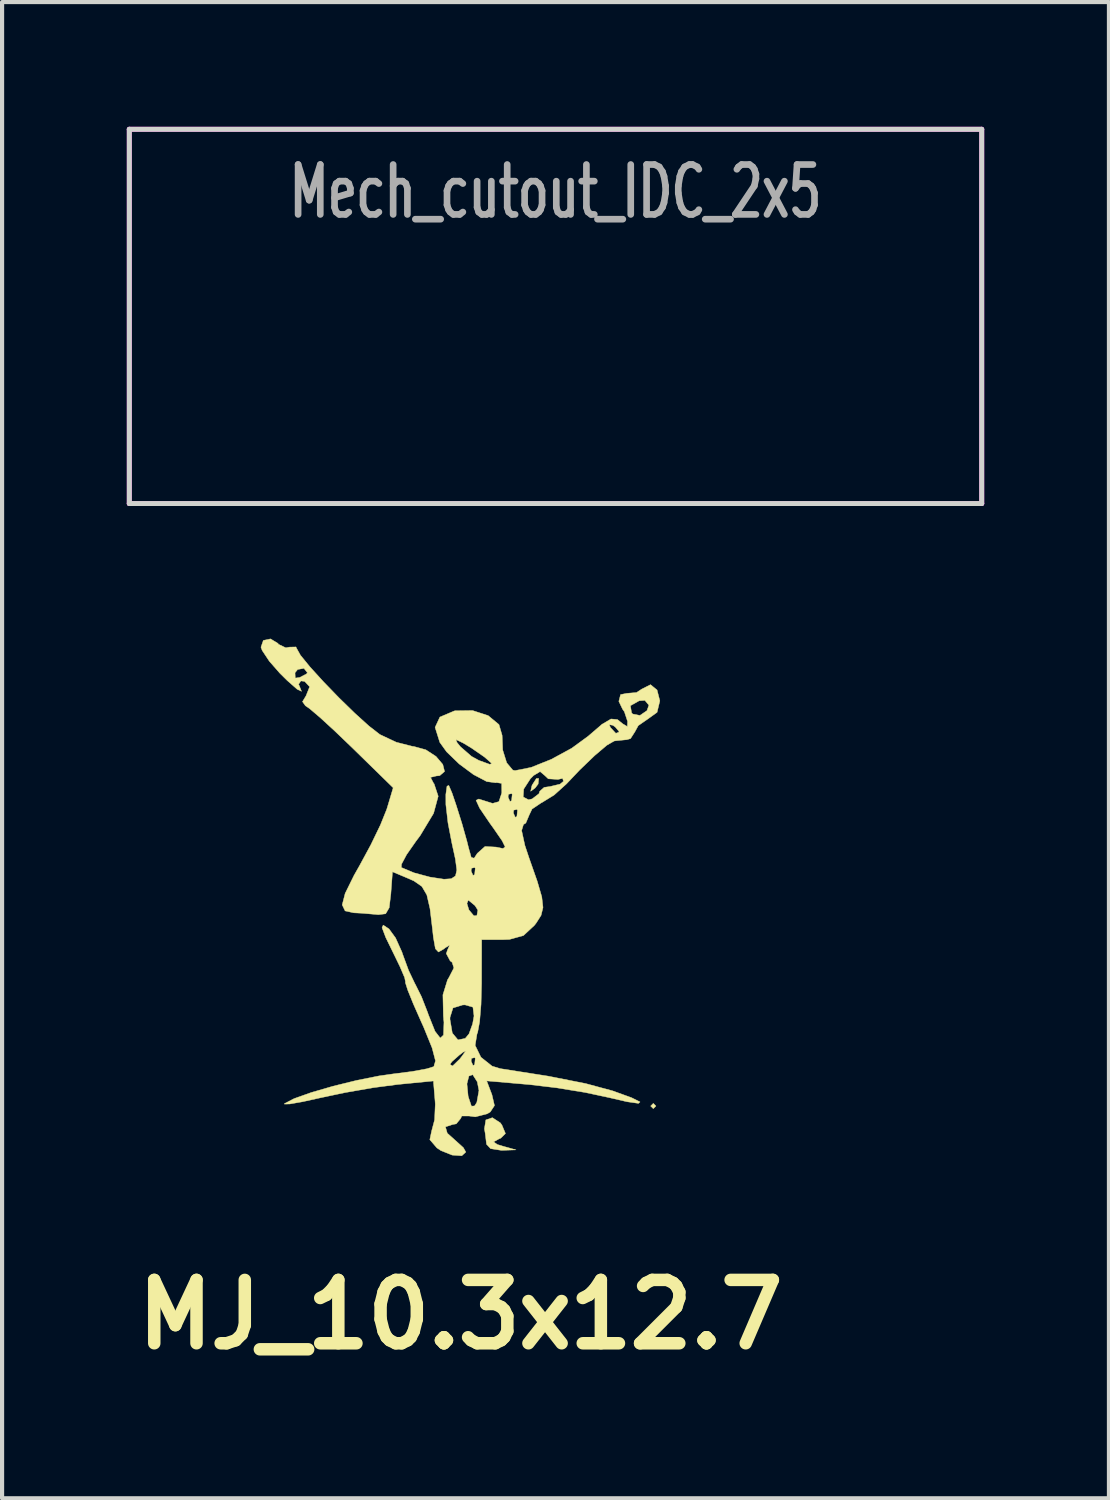
<source format=kicad_pcb>
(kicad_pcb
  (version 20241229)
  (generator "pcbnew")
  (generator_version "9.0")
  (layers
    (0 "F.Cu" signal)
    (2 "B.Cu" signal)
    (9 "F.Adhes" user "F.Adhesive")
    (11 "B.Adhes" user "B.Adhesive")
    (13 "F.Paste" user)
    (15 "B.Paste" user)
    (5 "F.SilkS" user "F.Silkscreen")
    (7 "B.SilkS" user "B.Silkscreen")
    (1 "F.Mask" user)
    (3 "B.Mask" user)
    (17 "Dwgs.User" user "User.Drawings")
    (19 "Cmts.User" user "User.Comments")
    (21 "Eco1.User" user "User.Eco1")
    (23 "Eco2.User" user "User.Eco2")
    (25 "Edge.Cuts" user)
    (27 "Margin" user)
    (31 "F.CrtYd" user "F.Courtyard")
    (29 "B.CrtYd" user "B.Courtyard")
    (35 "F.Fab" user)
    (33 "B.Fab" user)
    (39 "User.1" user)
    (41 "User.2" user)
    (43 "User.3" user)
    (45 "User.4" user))
  (footprint "Mech_cutout_IDC_2x5"
    (layer "F.Cu")
    (at 10.31 9.06)
    (property "Reference" "Mech_cutout_IDC_2x5" (at 0 -7.5 0) (layer "F.Fab") (effects (font (size 1.2 0.8) (thickness 0.16))))
    (attr through_hole)
    (fp_line (start -10.25 -9) (end -10.25 0) (stroke (width 0.12) (type solid)) (layer "Edge.Cuts"))
    (fp_line (start -10.25 -9) (end 10.25 -9) (stroke (width 0.12) (type solid)) (layer "Edge.Cuts"))
    (fp_line (start -10.25 0) (end 10.25 0) (stroke (width 0.12) (type solid)) (layer "Edge.Cuts"))
    (fp_line (start 10.25 -9) (end 10.25 0) (stroke (width 0.12) (type solid)) (layer "Edge.Cuts"))
    (fp_line (start -10.25 -9) (end -10.25 0) (stroke (width 0.12) (type solid)) (layer "F.CrtYd"))
    (fp_line (start -10.25 -9) (end 10.25 -9) (stroke (width 0.12) (type solid)) (layer "F.CrtYd"))
    (fp_line (start -10.25 0) (end 10.25 0) (stroke (width 0.12) (type solid)) (layer "F.CrtYd"))
    (fp_line (start 10.25 -9) (end 10.25 0) (stroke (width 0.12) (type solid)) (layer "F.CrtYd")))
  (footprint "MJ_10.3x12.7"
    (layer "F.Cu")
    (at 8.026 18.406)
    (property "Reference" "MJ_10.3x12.7" (at 0 10.16 0) (layer "F.SilkS") (effects (font (size 1.524 1.524) (thickness 0.3))))
    (attr through_hole)
    (fp_poly (pts (xy 4.699 5.144) (xy 4.636 5.207) (xy 4.572 5.144) (xy 4.636 5.08) (xy 4.699 5.144)) (stroke (width 0.01) (type solid)) (fill yes) (layer "F.SilkS"))
    (fp_poly (pts (xy 1.866 -2.6) (xy 1.794 -2.506) (xy 1.687 -2.426) (xy 1.714 -2.553) (xy 1.723 -2.577) (xy 1.823 -2.733) (xy 1.88 -2.734) (xy 1.866 -2.6)) (stroke (width 0.01) (type solid)) (fill yes) (layer "F.SilkS"))
    (fp_poly (pts (xy 0.958 5.549) (xy 0.996 5.604) (xy 1.08 5.805) (xy 0.968 5.916) (xy 0.924 5.934) (xy 0.795 6.006) (xy 0.885 6.069) (xy 1.016 6.109) (xy 1.333 6.198) (xy 0.984 6.21) (xy 0.723 6.169) (xy 0.625 6.064) (xy 0.593 5.8) (xy 0.574 5.692) (xy 0.609 5.477) (xy 0.766 5.424) (xy 0.958 5.549)) (stroke (width 0.01) (type solid)) (fill yes) (layer "F.SilkS"))
    (fp_poly (pts (xy -4.393 -5.984) (xy -4.376 -5.96) (xy -4.203 -5.877) (xy -4.115 -5.893) (xy -3.959 -5.897) (xy -3.937 -5.854) (xy -3.851 -5.699) (xy -3.623 -5.419) (xy -3.298 -5.062) (xy -2.923 -4.674) (xy -2.542 -4.303) (xy -2.202 -3.995) (xy -1.947 -3.797) (xy -1.933 -3.788) (xy -1.544 -3.605) (xy -1.155 -3.506) (xy -1.122 -3.503) (xy -0.835 -3.424) (xy -0.59 -3.264) (xy -0.427 -3.072) (xy -0.384 -2.902) (xy -0.501 -2.802) (xy -0.587 -2.794) (xy -0.722 -2.76) (xy -0.649 -2.62) (xy -0.636 -2.605) (xy -0.537 -2.307) (xy -0.648 -1.896) (xy -0.97 -1.362) (xy -1.075 -1.221) (xy -1.297 -0.903) (xy -1.42 -0.672) (xy -1.424 -0.593) (xy -1.118 -0.465) (xy -0.739 -0.363) (xy -0.398 -0.311) (xy -0.223 -0.323) (xy -0.122 -0.39) (xy -0.094 -0.508) (xy 0.254 -0.508) (xy 0.3 -0.403) (xy 0.339 -0.423) (xy 0.354 -0.574) (xy 0.339 -0.593) (xy 0.263 -0.575) (xy 0.254 -0.508) (xy -0.094 -0.508) (xy -0.089 -0.528) (xy -0.125 -0.798) (xy -0.209 -1.182) (xy -0.302 -1.666) (xy -0.353 -2.108) (xy -0.354 -2.349) (xy -0.326 -2.548) (xy -0.283 -2.567) (xy -0.204 -2.383) (xy -0.106 -2.095) (xy 0.035 -1.646) (xy 0.152 -1.23) (xy 0.189 -1.081) (xy 0.257 -0.837) (xy 0.326 -0.816) (xy 0.403 -0.933) (xy 0.588 -1.098) (xy 0.854 -1.084) (xy 1.021 -1.05) (xy 1.073 -1.088) (xy 1 -1.236) (xy 0.792 -1.538) (xy 0.702 -1.663) (xy 0.538 -1.905) (xy 1.27 -1.905) (xy 1.316 -1.8) (xy 1.355 -1.82) (xy 1.37 -1.971) (xy 1.355 -1.99) (xy 1.279 -1.972) (xy 1.27 -1.905) (xy 0.538 -1.905) (xy 0.458 -2.023) (xy 0.373 -2.209) (xy 0.439 -2.24) (xy 0.463 -2.232) (xy 0.771 -2.135) (xy 0.923 -2.177) (xy 0.959 -2.286) (xy 1.143 -2.286) (xy 1.189 -2.181) (xy 1.228 -2.201) (xy 1.236 -2.289) (xy 1.507 -2.289) (xy 1.636 -2.222) (xy 1.723 -2.243) (xy 1.886 -2.368) (xy 1.905 -2.427) (xy 2.011 -2.52) (xy 2.152 -2.54) (xy 2.394 -2.598) (xy 2.476 -2.666) (xy 2.455 -2.736) (xy 2.343 -2.711) (xy 2.11 -2.726) (xy 2.025 -2.806) (xy 1.913 -2.9) (xy 1.756 -2.805) (xy 1.679 -2.726) (xy 1.519 -2.479) (xy 1.507 -2.289) (xy 1.236 -2.289) (xy 1.243 -2.352) (xy 1.228 -2.371) (xy 1.152 -2.353) (xy 1.143 -2.286) (xy 0.959 -2.286) (xy 0.99 -2.381) (xy 0.992 -2.399) (xy 0.989 -2.616) (xy 0.865 -2.636) (xy 0.85 -2.63) (xy 0.63 -2.66) (xy 0.311 -2.828) (xy -0.034 -3.084) (xy -0.336 -3.376) (xy -0.499 -3.603) (xy -0.52 -3.67) (xy -0.11 -3.67) (xy -0.086 -3.601) (xy -0.004 -3.499) (xy 0.265 -3.265) (xy 0.44 -3.169) (xy 0.705 -3.073) (xy 0.75 -3.096) (xy 0.584 -3.243) (xy 0.572 -3.252) (xy 0.26 -3.468) (xy 0.064 -3.586) (xy -0.11 -3.67) (xy -0.52 -3.67) (xy -0.612 -3.963) (xy -0.497 -4.211) (xy -0.151 -4.358) (xy -0.129 -4.362) (xy 0.289 -4.368) (xy 0.664 -4.246) (xy 0.924 -4.031) (xy 1 -3.771) (xy 1.014 -3.419) (xy 1.11 -3.111) (xy 1.256 -2.936) (xy 1.31 -2.923) (xy 1.696 -3) (xy 2.182 -3.194) (xy 2.673 -3.461) (xy 3.074 -3.754) (xy 3.074 -3.755) (xy 3.392 -4.028) (xy 3.576 -4.028) (xy 3.607 -3.957) (xy 3.735 -3.82) (xy 3.809 -3.848) (xy 3.81 -3.866) (xy 3.72 -3.973) (xy 3.663 -4.013) (xy 3.576 -4.028) (xy 3.392 -4.028) (xy 3.406 -4.039) (xy 3.619 -4.165) (xy 3.774 -4.151) (xy 3.903 -4.047) (xy 4.012 -3.983) (xy 4.017 -4.107) (xy 3.94 -4.34) (xy 3.898 -4.399) (xy 3.857 -4.484) (xy 4.085 -4.484) (xy 4.113 -4.315) (xy 4.14 -4.284) (xy 4.314 -4.25) (xy 4.484 -4.366) (xy 4.53 -4.497) (xy 4.433 -4.612) (xy 4.297 -4.603) (xy 4.085 -4.484) (xy 3.857 -4.484) (xy 3.807 -4.589) (xy 3.849 -4.752) (xy 3.997 -4.781) (xy 4.233 -4.801) (xy 4.357 -4.883) (xy 4.569 -4.99) (xy 4.726 -4.862) (xy 4.793 -4.601) (xy 4.726 -4.324) (xy 4.508 -4.167) (xy 4.274 -4.005) (xy 4.191 -3.853) (xy 4.088 -3.693) (xy 4 -3.667) (xy 3.754 -3.643) (xy 3.695 -3.635) (xy 3.52 -3.534) (xy 3.227 -3.286) (xy 2.865 -2.938) (xy 2.546 -2.602) (xy 2.251 -2.336) (xy 1.959 -2.156) (xy 1.943 -2.149) (xy 1.719 -1.998) (xy 1.651 -1.855) (xy 1.57 -1.662) (xy 1.513 -1.626) (xy 1.469 -1.482) (xy 1.547 -1.125) (xy 1.648 -0.822) (xy 1.844 -0.264) (xy 1.954 0.113) (xy 1.983 0.369) (xy 1.936 0.56) (xy 1.818 0.745) (xy 1.778 0.797) (xy 1.513 1.044) (xy 1.176 1.137) (xy 1.007 1.143) (xy 0.508 1.143) (xy 0.506 2.191) (xy 0.493 2.698) (xy 0.459 3.117) (xy 0.411 3.375) (xy 0.396 3.409) (xy 0.351 3.685) (xy 0.49 3.97) (xy 0.759 4.184) (xy 0.953 4.244) (xy 2.107 4.425) (xy 3.008 4.603) (xy 3.655 4.778) (xy 3.662 4.78) (xy 4.112 4.943) (xy 4.317 5.045) (xy 4.28 5.08) (xy 4.006 5.041) (xy 3.578 4.942) (xy 2.994 4.817) (xy 2.306 4.705) (xy 1.666 4.629) (xy 0.629 4.539) (xy 0.755 4.871) (xy 0.816 5.133) (xy 0.715 5.286) (xy 0.64 5.331) (xy 0.355 5.404) (xy 0.2 5.383) (xy 0.031 5.384) (xy 0 5.447) (xy -0.103 5.572) (xy -0.191 5.588) (xy -0.363 5.645) (xy -0.319 5.797) (xy -0.127 5.969) (xy 0.068 6.145) (xy 0.127 6.251) (xy 0.03 6.34) (xy -0.201 6.324) (xy -0.473 6.215) (xy -0.568 6.152) (xy -0.739 5.953) (xy -0.695 5.744) (xy -0.624 5.476) (xy -0.608 5.102) (xy -0.612 5.033) (xy -0.647 4.609) (xy 0.154 4.609) (xy 0.182 4.901) (xy 0.188 4.927) (xy 0.262 5.147) (xy 0.337 5.142) (xy 0.391 5.058) (xy 0.443 4.77) (xy 0.402 4.561) (xy 0.293 4.39) (xy 0.201 4.423) (xy 0.154 4.609) (xy -0.647 4.609) (xy -0.652 4.541) (xy -1.519 4.626) (xy -2.103 4.703) (xy -2.779 4.821) (xy -3.362 4.944) (xy -3.801 5.041) (xy -4.109 5.095) (xy -4.238 5.097) (xy -4.233 5.085) (xy -4.002 4.965) (xy -3.591 4.819) (xy -3.067 4.667) (xy -2.502 4.528) (xy -1.963 4.42) (xy -1.612 4.37) (xy -1.164 4.313) (xy -0.811 4.248) (xy -0.642 4.195) (xy -0.627 4.143) (xy -0.254 4.143) (xy -0.192 4.181) (xy -0.071 4.064) (xy 0.254 4.064) (xy 0.3 4.169) (xy 0.339 4.149) (xy 0.354 3.998) (xy 0.339 3.979) (xy 0.263 3.997) (xy 0.254 4.064) (xy -0.071 4.064) (xy -0.023 4.018) (xy 0.016 3.969) (xy 0.126 3.818) (xy 0.06 3.85) (xy -0.032 3.921) (xy -0.208 4.077) (xy -0.254 4.143) (xy -0.627 4.143) (xy -0.603 4.056) (xy -0.684 3.746) (xy -0.889 3.242) (xy -0.939 3.132) (xy -1.134 2.691) (xy -1.27 2.355) (xy -1.327 2.175) (xy -1.324 2.159) (xy -1.344 2.057) (xy -1.456 1.794) (xy -1.585 1.528) (xy -1.798 1.092) (xy -1.888 0.854) (xy -1.86 0.792) (xy -1.721 0.884) (xy -1.562 1.102) (xy -1.41 1.44) (xy -1.389 1.502) (xy -1.249 1.883) (xy -1.1 2.196) (xy -1.085 2.223) (xy -0.94 2.514) (xy -0.791 2.895) (xy -0.772 2.951) (xy -0.614 3.346) (xy -0.488 3.509) (xy -0.41 3.437) (xy -0.399 3.13) (xy -0.406 3.059) (xy -0.254 3.059) (xy -0.198 3.389) (xy -0.061 3.553) (xy 0.113 3.517) (xy 0.203 3.409) (xy 0.29 3.169) (xy 0.324 2.979) (xy 0.298 2.766) (xy 0.108 2.711) (xy 0.051 2.713) (xy -0.182 2.785) (xy -0.253 3.012) (xy -0.254 3.059) (xy -0.406 3.059) (xy -0.413 2.979) (xy -0.424 2.47) (xy -0.313 2.109) (xy -0.283 2.061) (xy -0.16 1.822) (xy -0.203 1.688) (xy -0.249 1.654) (xy -0.343 1.477) (xy -0.309 1.379) (xy -0.26 1.272) (xy -0.367 1.338) (xy -0.408 1.37) (xy -0.531 1.44) (xy -0.605 1.361) (xy -0.653 1.091) (xy -0.671 0.926) (xy -0.734 0.399) (xy -0.763 0.273) (xy 0.154 0.273) (xy 0.201 0.426) (xy 0.32 0.568) (xy 0.393 0.564) (xy 0.416 0.431) (xy 0.348 0.324) (xy 0.186 0.19) (xy 0.154 0.273) (xy -0.763 0.273) (xy -0.811 0.066) (xy -0.93 -0.137) (xy -1.119 -0.268) (xy -1.241 -0.323) (xy -1.637 -0.49) (xy -1.676 0.041) (xy -1.716 0.375) (xy -1.801 0.52) (xy -1.978 0.542) (xy -2.032 0.536) (xy -2.372 0.507) (xy -2.569 0.497) (xy -2.776 0.451) (xy -2.846 0.306) (xy -2.775 0.03) (xy -2.559 -0.408) (xy -2.426 -0.643) (xy -2.158 -1.138) (xy -1.926 -1.618) (xy -1.777 -1.988) (xy -1.766 -2.022) (xy -1.62 -2.51) (xy -2.604 -3.472) (xy -3.019 -3.87) (xy -3.375 -4.197) (xy -3.63 -4.414) (xy -3.731 -4.483) (xy -3.801 -4.581) (xy -3.716 -4.722) (xy -3.629 -4.94) (xy -3.75 -5.069) (xy -3.839 -5.08) (xy -3.895 -5.001) (xy -3.874 -4.953) (xy -3.825 -4.83) (xy -3.93 -4.88) (xy -4.17 -5.091) (xy -4.337 -5.256) (xy -4.355 -5.276) (xy -3.981 -5.276) (xy -3.975 -5.148) (xy -3.867 -5.164) (xy -3.704 -5.249) (xy -3.683 -5.277) (xy -3.766 -5.383) (xy -3.918 -5.355) (xy -3.981 -5.276) (xy -4.355 -5.276) (xy -4.599 -5.554) (xy -4.77 -5.812) (xy -4.8 -5.891) (xy -4.743 -6.054) (xy -4.57 -6.091) (xy -4.393 -5.984)) (stroke (width 0.01) (type solid)) (fill yes) (layer "F.SilkS")))
  (gr_rect
    (start -3 -3)
    (end 23.62 32.984)
    (stroke (width 0.1) (type default))
    (fill no)
    (layer "Edge.Cuts")))
</source>
